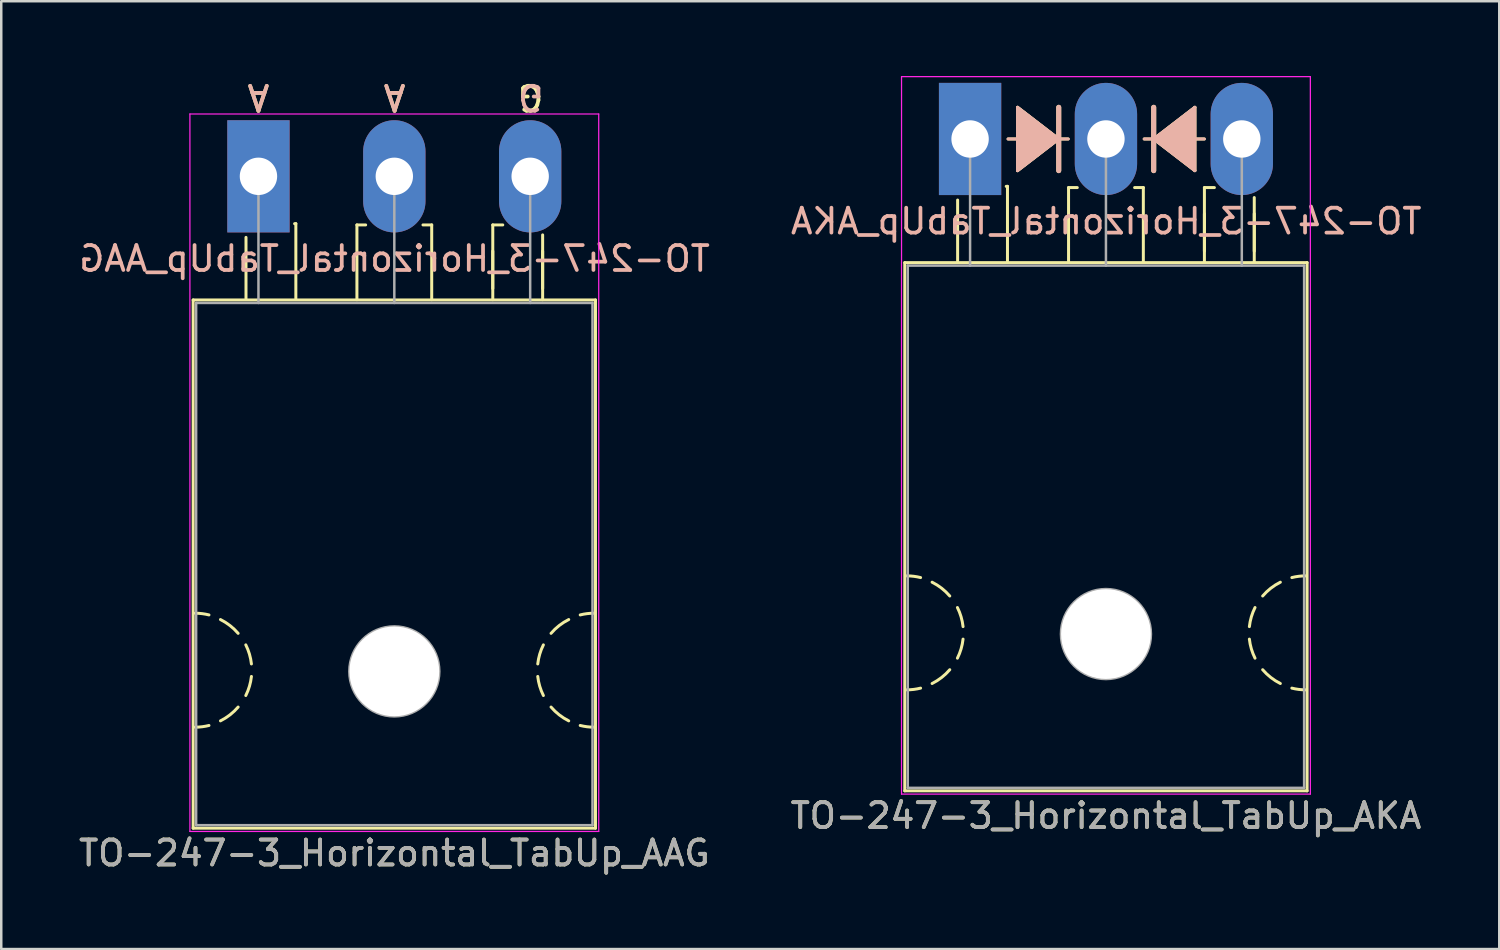
<source format=kicad_pcb>
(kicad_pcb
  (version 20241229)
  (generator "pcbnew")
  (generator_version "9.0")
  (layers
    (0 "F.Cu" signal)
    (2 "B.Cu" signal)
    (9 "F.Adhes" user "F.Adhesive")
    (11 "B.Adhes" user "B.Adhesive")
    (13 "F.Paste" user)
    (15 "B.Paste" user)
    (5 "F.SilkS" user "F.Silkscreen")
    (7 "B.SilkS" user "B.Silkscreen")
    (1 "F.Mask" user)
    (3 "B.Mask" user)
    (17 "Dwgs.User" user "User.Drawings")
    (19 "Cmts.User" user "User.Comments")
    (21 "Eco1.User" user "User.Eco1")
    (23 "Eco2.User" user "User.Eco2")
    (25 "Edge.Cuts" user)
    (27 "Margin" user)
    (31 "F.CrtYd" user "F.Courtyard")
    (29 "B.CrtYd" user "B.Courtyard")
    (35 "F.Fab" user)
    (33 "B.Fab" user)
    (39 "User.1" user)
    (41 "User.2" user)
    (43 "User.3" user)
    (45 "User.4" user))
  (footprint "TO-247-3_Horizontal_TabUp_AAG"
    (layer "F.Cu")
    (at 7.318 4.023)
    (property "Reference" "TO-247-3_Horizontal_TabUp_AAG" (at 5.45 27.15 0) (layer "F.SilkS") (effects (font (size 1 1) (thickness 0.15))))
    (fp_line (start -2.62 4.96) (end -2.62 26.15) (stroke (width 0.12) (type solid)) (layer "F.SilkS"))
    (fp_line (start -2.62 4.96) (end 13.52 4.96) (stroke (width 0.12) (type solid)) (layer "F.SilkS"))
    (fp_line (start -2.62 26.15) (end 13.52 26.15) (stroke (width 0.12) (type solid)) (layer "F.SilkS"))
    (fp_line (start -0.5 4.9) (end -0.5 2.45) (stroke (width 0.12) (type solid)) (layer "F.SilkS"))
    (fp_line (start 1.5 1.9) (end 1.45 1.9) (stroke (width 0.12) (type solid)) (layer "F.SilkS"))
    (fp_line (start 1.5 4.9) (end 1.5 1.9) (stroke (width 0.12) (type solid)) (layer "F.SilkS"))
    (fp_line (start 3.95 1.95) (end 4.3 1.95) (stroke (width 0.12) (type solid)) (layer "F.SilkS"))
    (fp_line (start 3.95 4.95) (end 3.95 1.95) (stroke (width 0.12) (type solid)) (layer "F.SilkS"))
    (fp_line (start 6.95 1.95) (end 6.6 1.95) (stroke (width 0.12) (type solid)) (layer "F.SilkS"))
    (fp_line (start 6.95 4.95) (end 6.95 1.95) (stroke (width 0.12) (type solid)) (layer "F.SilkS"))
    (fp_line (start 9.4 1.95) (end 9.8 1.95) (stroke (width 0.12) (type solid)) (layer "F.SilkS"))
    (fp_line (start 9.4 4.5) (end 9.4 3) (stroke (width 0.12) (type solid)) (layer "F.SilkS"))
    (fp_line (start 9.4 4.95) (end 9.4 1.95) (stroke (width 0.12) (type solid)) (layer "F.SilkS"))
    (fp_line (start 11.4 4.5) (end 11.4 3) (stroke (width 0.12) (type solid)) (layer "F.SilkS"))
    (fp_line (start 11.4 4.95) (end 11.4 2.35) (stroke (width 0.12) (type solid)) (layer "F.SilkS"))
    (fp_line (start 13.52 4.96) (end 13.52 26.15) (stroke (width 0.12) (type solid)) (layer "F.SilkS"))
    (fp_arc (start -2.54 17.526) (mid -2.260689 17.543128) (end -1.985564 17.594254) (stroke (width 0.12) (type solid)) (layer "F.SilkS"))
    (fp_arc (start -1.985564 22.029746) (mid -2.260689 22.080872) (end -2.54 22.098) (stroke (width 0.12) (type solid)) (layer "F.SilkS"))
    (fp_arc (start -1.524001 17.780001) (mid -1.14188 18.02132) (end -0.815088 18.333504) (stroke (width 0.12) (type solid)) (layer "F.SilkS"))
    (fp_arc (start -0.815087 21.290497) (mid -1.141879 21.60268) (end -1.524 21.844) (stroke (width 0.12) (type solid)) (layer "F.SilkS"))
    (fp_arc (start -0.508001 18.796001) (mid -0.361178 19.168563) (end -0.282051 19.561117) (stroke (width 0.12) (type solid)) (layer "F.SilkS"))
    (fp_arc (start -0.282051 20.062883) (mid -0.361178 20.455437) (end -0.508001 20.827999) (stroke (width 0.12) (type solid)) (layer "F.SilkS"))
    (fp_arc (start 11.204051 19.561117) (mid 11.283178 19.168563) (end 11.430001 18.796001) (stroke (width 0.12) (type solid)) (layer "F.SilkS"))
    (fp_arc (start 11.430001 20.827999) (mid 11.283178 20.455437) (end 11.204051 20.062883) (stroke (width 0.12) (type solid)) (layer "F.SilkS"))
    (fp_arc (start 11.737087 18.333503) (mid 12.063879 18.02132) (end 12.446 17.78) (stroke (width 0.12) (type solid)) (layer "F.SilkS"))
    (fp_arc (start 12.446001 21.843999) (mid 12.06388 21.60268) (end 11.737088 21.290496) (stroke (width 0.12) (type solid)) (layer "F.SilkS"))
    (fp_arc (start 12.907564 17.594254) (mid 13.182689 17.543128) (end 13.462 17.526) (stroke (width 0.12) (type solid)) (layer "F.SilkS"))
    (fp_arc (start 13.462 22.098) (mid 13.182689 22.080872) (end 12.907564 22.029746) (stroke (width 0.12) (type solid)) (layer "F.SilkS"))
    (fp_line (start -2.75 -2.5) (end -2.75 26.28) (stroke (width 0.05) (type solid)) (layer "F.CrtYd"))
    (fp_line (start -2.75 26.28) (end 13.65 26.28) (stroke (width 0.05) (type solid)) (layer "F.CrtYd"))
    (fp_line (start 13.65 -2.5) (end -2.75 -2.5) (stroke (width 0.05) (type solid)) (layer "F.CrtYd"))
    (fp_line (start 13.65 26.28) (end 13.65 -2.5) (stroke (width 0.05) (type solid)) (layer "F.CrtYd"))
    (fp_line (start -2.5 5.08) (end -2.5 26.03) (stroke (width 0.1) (type solid)) (layer "F.Fab"))
    (fp_line (start -2.5 26.03) (end 13.4 26.03) (stroke (width 0.1) (type solid)) (layer "F.Fab"))
    (fp_line (start 0 5.08) (end 0 0) (stroke (width 0.1) (type solid)) (layer "F.Fab"))
    (fp_line (start 5.45 5.08) (end 5.45 0) (stroke (width 0.1) (type solid)) (layer "F.Fab"))
    (fp_line (start 10.9 5.08) (end 10.9 0) (stroke (width 0.1) (type solid)) (layer "F.Fab"))
    (fp_line (start 13.4 5.08) (end -2.5 5.08) (stroke (width 0.1) (type solid)) (layer "F.Fab"))
    (fp_line (start 13.4 26.03) (end 13.4 5.08) (stroke (width 0.1) (type solid)) (layer "F.Fab"))
    (fp_circle (center 5.45 19.86) (end 7.255 19.86) (stroke (width 0.1) (type solid)) (fill no) (layer "F.Fab"))
    (fp_text user "G" (at 10.922 -3.175 180) (unlocked yes) (layer "F.SilkS") (effects (font (size 1 1) (thickness 0.15))))
    (fp_text user "A" (at 0 -3.175 180) (unlocked yes) (layer "F.SilkS") (effects (font (size 1 1) (thickness 0.15))))
    (fp_text user "A" (at 5.461 -3.175 180) (unlocked yes) (layer "F.SilkS") (effects (font (size 1 1) (thickness 0.15))))
    (fp_text user "A" (at 5.461 -3.175 180) (unlocked yes) (layer "B.SilkS") (effects (font (size 1 1) (thickness 0.15)) (justify mirror)))
    (fp_text user "G" (at 10.922 -3.175 180) (unlocked yes) (layer "B.SilkS") (effects (font (size 1 1) (thickness 0.15)) (justify mirror)))
    (fp_text user "${REFERENCE}" (at 5.461 3.302 0) (layer "B.SilkS") (effects (font (size 1 1) (thickness 0.15)) (justify mirror)))
    (fp_text user "A" (at 0 -3.175 180) (unlocked yes) (layer "B.SilkS") (effects (font (size 1 1) (thickness 0.15)) (justify mirror)))
    (fp_text user "${REFERENCE}" (at 5.45 27.15 0) (layer "F.Fab") (effects (font (size 1 1) (thickness 0.15))))
    (pad "" np_thru_hole oval (at 5.45 19.86) (size 3.6 3.6) (drill 3.6) (layers "*.Cu" "*.Mask"))
    (pad "1" thru_hole rect (at 0 0) (size 2.5 4.5) (drill 1.5) (layers "*.Cu" "*.Mask"))
    (pad "2" thru_hole oval (at 5.45 0) (size 2.5 4.5) (drill 1.5) (layers "*.Cu" "*.Mask"))
    (pad "3" thru_hole oval (at 10.9 0) (size 2.5 4.5) (drill 1.5) (layers "*.Cu" "*.Mask")))
  (footprint "TO-247-3_Horizontal_TabUp_AKA"
    (layer "F.Cu")
    (at 35.865 2.525)
    (property "Reference" "TO-247-3_Horizontal_TabUp_AKA" (at 5.45 27.15 0) (layer "F.SilkS") (effects (font (size 1 1) (thickness 0.15))))
    (fp_line (start -2.62 4.96) (end -2.62 26.15) (stroke (width 0.12) (type solid)) (layer "F.SilkS"))
    (fp_line (start -2.62 4.96) (end 13.52 4.96) (stroke (width 0.12) (type solid)) (layer "F.SilkS"))
    (fp_line (start -2.62 26.15) (end 13.52 26.15) (stroke (width 0.12) (type solid)) (layer "F.SilkS"))
    (fp_line (start -0.5 4.9) (end -0.5 2.45) (stroke (width 0.12) (type solid)) (layer "F.SilkS"))
    (fp_line (start 1.5 1.9) (end 1.45 1.9) (stroke (width 0.12) (type solid)) (layer "F.SilkS"))
    (fp_line (start 1.5 4.9) (end 1.5 1.9) (stroke (width 0.12) (type solid)) (layer "F.SilkS"))
    (fp_line (start 1.524 0) (end 1.905 0) (stroke (width 0.12) (type solid)) (layer "F.SilkS"))
    (fp_line (start 1.905 -1.27) (end 1.905 1.27) (stroke (width 0.12) (type solid)) (layer "F.SilkS"))
    (fp_line (start 1.905 1.27) (end 3.556 0) (stroke (width 0.12) (type solid)) (layer "F.SilkS"))
    (fp_line (start 3.556 0) (end 1.905 -1.27) (stroke (width 0.12) (type solid)) (layer "F.SilkS"))
    (fp_line (start 3.556 0) (end 3.556 -1.27) (stroke (width 0.2) (type solid)) (layer "F.SilkS"))
    (fp_line (start 3.556 1.27) (end 3.556 0) (stroke (width 0.2) (type solid)) (layer "F.SilkS"))
    (fp_line (start 3.937 0) (end 3.556 0) (stroke (width 0.12) (type solid)) (layer "F.SilkS"))
    (fp_line (start 3.95 1.95) (end 4.3 1.95) (stroke (width 0.12) (type solid)) (layer "F.SilkS"))
    (fp_line (start 3.95 4.95) (end 3.95 1.95) (stroke (width 0.12) (type solid)) (layer "F.SilkS"))
    (fp_line (start 6.95 1.95) (end 6.6 1.95) (stroke (width 0.12) (type solid)) (layer "F.SilkS"))
    (fp_line (start 6.95 4.95) (end 6.95 1.95) (stroke (width 0.12) (type solid)) (layer "F.SilkS"))
    (fp_line (start 6.985 0) (end 7.366 0) (stroke (width 0.12) (type solid)) (layer "F.SilkS"))
    (fp_line (start 7.366 -1.27) (end 7.366 0) (stroke (width 0.2) (type solid)) (layer "F.SilkS"))
    (fp_line (start 7.366 0) (end 7.366 1.27) (stroke (width 0.2) (type solid)) (layer "F.SilkS"))
    (fp_line (start 7.366 0) (end 9.017 1.27) (stroke (width 0.12) (type solid)) (layer "F.SilkS"))
    (fp_line (start 9.017 -1.27) (end 7.366 0) (stroke (width 0.12) (type solid)) (layer "F.SilkS"))
    (fp_line (start 9.017 1.27) (end 9.017 -1.27) (stroke (width 0.12) (type solid)) (layer "F.SilkS"))
    (fp_line (start 9.398 0) (end 9.017 0) (stroke (width 0.12) (type solid)) (layer "F.SilkS"))
    (fp_line (start 9.4 1.95) (end 9.8 1.95) (stroke (width 0.12) (type solid)) (layer "F.SilkS"))
    (fp_line (start 9.4 4.5) (end 9.4 3) (stroke (width 0.12) (type solid)) (layer "F.SilkS"))
    (fp_line (start 9.4 4.95) (end 9.4 1.95) (stroke (width 0.12) (type solid)) (layer "F.SilkS"))
    (fp_line (start 11.4 4.5) (end 11.4 3) (stroke (width 0.12) (type solid)) (layer "F.SilkS"))
    (fp_line (start 11.4 4.95) (end 11.4 2.35) (stroke (width 0.12) (type solid)) (layer "F.SilkS"))
    (fp_line (start 13.52 4.96) (end 13.52 26.15) (stroke (width 0.12) (type solid)) (layer "F.SilkS"))
    (fp_arc (start -2.54 17.526) (mid -2.260689 17.543128) (end -1.985564 17.594254) (stroke (width 0.12) (type solid)) (layer "F.SilkS"))
    (fp_arc (start -1.985564 22.029746) (mid -2.260689 22.080872) (end -2.54 22.098) (stroke (width 0.12) (type solid)) (layer "F.SilkS"))
    (fp_arc (start -1.524001 17.780001) (mid -1.14188 18.02132) (end -0.815088 18.333504) (stroke (width 0.12) (type solid)) (layer "F.SilkS"))
    (fp_arc (start -0.815087 21.290497) (mid -1.141879 21.60268) (end -1.524 21.844) (stroke (width 0.12) (type solid)) (layer "F.SilkS"))
    (fp_arc (start -0.508001 18.796001) (mid -0.361178 19.168563) (end -0.282051 19.561117) (stroke (width 0.12) (type solid)) (layer "F.SilkS"))
    (fp_arc (start -0.282051 20.062883) (mid -0.361178 20.455437) (end -0.508001 20.827999) (stroke (width 0.12) (type solid)) (layer "F.SilkS"))
    (fp_arc (start 11.204051 19.561117) (mid 11.283178 19.168563) (end 11.430001 18.796001) (stroke (width 0.12) (type solid)) (layer "F.SilkS"))
    (fp_arc (start 11.430001 20.827999) (mid 11.283178 20.455437) (end 11.204051 20.062883) (stroke (width 0.12) (type solid)) (layer "F.SilkS"))
    (fp_arc (start 11.737087 18.333503) (mid 12.063879 18.02132) (end 12.446 17.78) (stroke (width 0.12) (type solid)) (layer "F.SilkS"))
    (fp_arc (start 12.446001 21.843999) (mid 12.06388 21.60268) (end 11.737088 21.290496) (stroke (width 0.12) (type solid)) (layer "F.SilkS"))
    (fp_arc (start 12.907564 17.594254) (mid 13.182689 17.543128) (end 13.462 17.526) (stroke (width 0.12) (type solid)) (layer "F.SilkS"))
    (fp_arc (start 13.462 22.098) (mid 13.182689 22.080872) (end 12.907564 22.029746) (stroke (width 0.12) (type solid)) (layer "F.SilkS"))
    (fp_poly (pts (xy 3.556 0) (xy 1.905 1.27) (xy 1.905 -1.27)) (stroke (width 0.1) (type solid)) (fill yes) (layer "F.SilkS"))
    (fp_poly (pts (xy 9.017 1.27) (xy 7.366 0) (xy 9.017 -1.27)) (stroke (width 0.1) (type solid)) (fill yes) (layer "F.SilkS"))
    (fp_line (start 1.524 0) (end 1.905 0) (stroke (width 0.12) (type solid)) (layer "B.SilkS"))
    (fp_line (start 1.905 -1.27) (end 3.556 0) (stroke (width 0.12) (type solid)) (layer "B.SilkS"))
    (fp_line (start 1.905 1.27) (end 1.905 -1.27) (stroke (width 0.12) (type solid)) (layer "B.SilkS"))
    (fp_line (start 3.556 -1.27) (end 3.556 0) (stroke (width 0.2) (type solid)) (layer "B.SilkS"))
    (fp_line (start 3.556 0) (end 1.905 1.27) (stroke (width 0.12) (type solid)) (layer "B.SilkS"))
    (fp_line (start 3.556 0) (end 3.556 1.27) (stroke (width 0.2) (type solid)) (layer "B.SilkS"))
    (fp_line (start 3.937 0) (end 3.556 0) (stroke (width 0.12) (type solid)) (layer "B.SilkS"))
    (fp_line (start 6.985 0) (end 7.366 0) (stroke (width 0.12) (type solid)) (layer "B.SilkS"))
    (fp_line (start 7.366 0) (end 7.366 -1.27) (stroke (width 0.2) (type solid)) (layer "B.SilkS"))
    (fp_line (start 7.366 0) (end 9.017 -1.27) (stroke (width 0.12) (type solid)) (layer "B.SilkS"))
    (fp_line (start 7.366 1.27) (end 7.366 0) (stroke (width 0.2) (type solid)) (layer "B.SilkS"))
    (fp_line (start 9.017 -1.27) (end 9.017 1.27) (stroke (width 0.12) (type solid)) (layer "B.SilkS"))
    (fp_line (start 9.017 1.27) (end 7.366 0) (stroke (width 0.12) (type solid)) (layer "B.SilkS"))
    (fp_line (start 9.398 0) (end 9.017 0) (stroke (width 0.12) (type solid)) (layer "B.SilkS"))
    (fp_poly (pts (xy 3.556 0) (xy 1.905 -1.27) (xy 1.905 1.27)) (stroke (width 0.1) (type solid)) (fill yes) (layer "B.SilkS"))
    (fp_poly (pts (xy 9.017 -1.27) (xy 7.366 0) (xy 9.017 1.27)) (stroke (width 0.1) (type solid)) (fill yes) (layer "B.SilkS"))
    (fp_line (start -2.75 -2.5) (end -2.75 26.28) (stroke (width 0.05) (type solid)) (layer "F.CrtYd"))
    (fp_line (start -2.75 26.28) (end 13.65 26.28) (stroke (width 0.05) (type solid)) (layer "F.CrtYd"))
    (fp_line (start 13.65 -2.5) (end -2.75 -2.5) (stroke (width 0.05) (type solid)) (layer "F.CrtYd"))
    (fp_line (start 13.65 26.28) (end 13.65 -2.5) (stroke (width 0.05) (type solid)) (layer "F.CrtYd"))
    (fp_line (start -2.5 5.08) (end -2.5 26.03) (stroke (width 0.1) (type solid)) (layer "F.Fab"))
    (fp_line (start -2.5 26.03) (end 13.4 26.03) (stroke (width 0.1) (type solid)) (layer "F.Fab"))
    (fp_line (start 0 5.08) (end 0 0) (stroke (width 0.1) (type solid)) (layer "F.Fab"))
    (fp_line (start 5.45 5.08) (end 5.45 0) (stroke (width 0.1) (type solid)) (layer "F.Fab"))
    (fp_line (start 10.9 5.08) (end 10.9 0) (stroke (width 0.1) (type solid)) (layer "F.Fab"))
    (fp_line (start 13.4 5.08) (end -2.5 5.08) (stroke (width 0.1) (type solid)) (layer "F.Fab"))
    (fp_line (start 13.4 26.03) (end 13.4 5.08) (stroke (width 0.1) (type solid)) (layer "F.Fab"))
    (fp_circle (center 5.45 19.86) (end 7.255 19.86) (stroke (width 0.1) (type solid)) (fill no) (layer "F.Fab"))
    (fp_text user "${REFERENCE}" (at 5.461 3.302 0) (layer "B.SilkS") (effects (font (size 1 1) (thickness 0.15)) (justify mirror)))
    (fp_text user "${REFERENCE}" (at 5.45 27.15 0) (layer "F.Fab") (effects (font (size 1 1) (thickness 0.15))))
    (pad "" np_thru_hole oval (at 5.45 19.86) (size 3.6 3.6) (drill 3.6) (layers "*.Cu" "*.Mask"))
    (pad "1" thru_hole rect (at 0 0) (size 2.5 4.5) (drill 1.5) (layers "*.Cu" "*.Mask"))
    (pad "2" thru_hole oval (at 5.45 0) (size 2.5 4.5) (drill 1.5) (layers "*.Cu" "*.Mask"))
    (pad "3" thru_hole oval (at 10.9 0) (size 2.5 4.5) (drill 1.5) (layers "*.Cu" "*.Mask")))
  (gr_rect
    (start -3 -3)
    (end 57.093 35.022)
    (stroke (width 0.1) (type default))
    (fill no)
    (layer "Edge.Cuts")))
</source>
